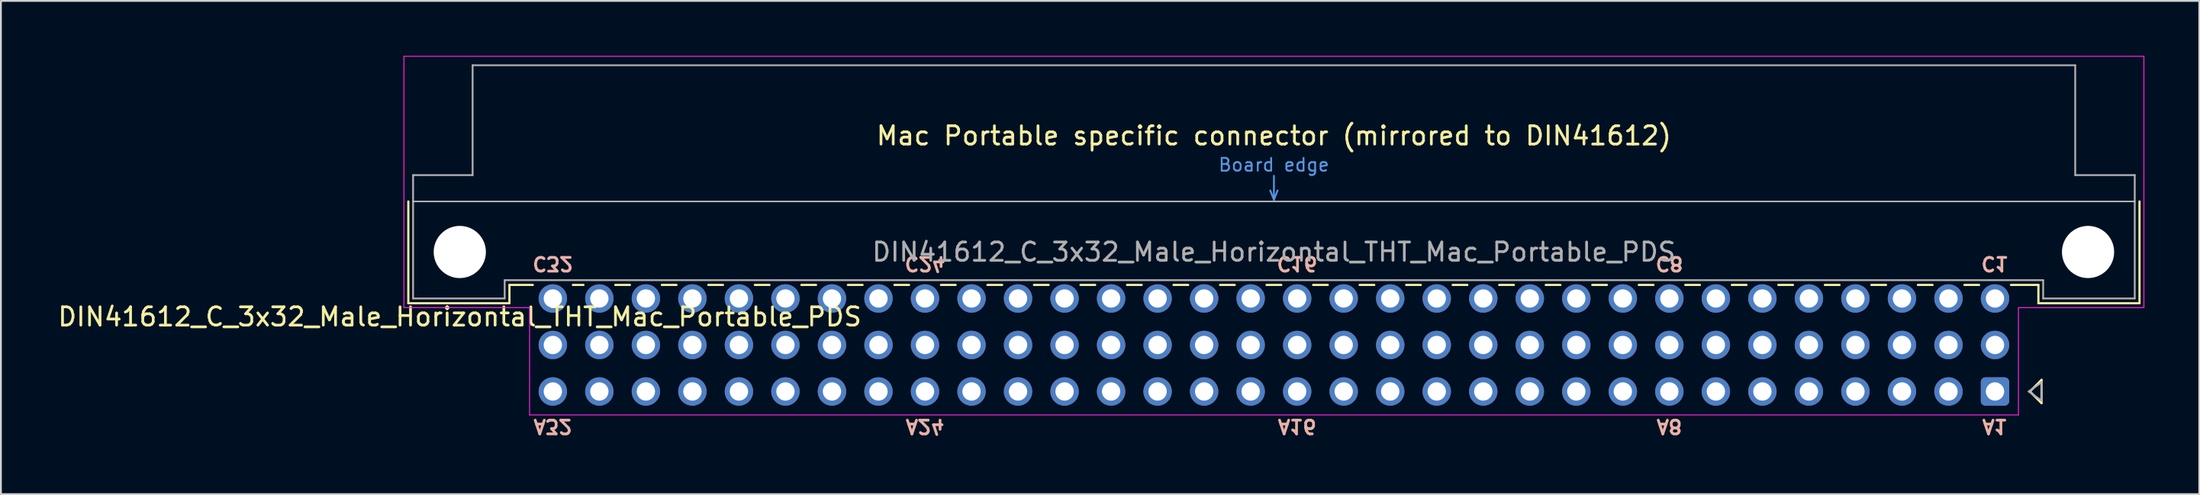
<source format=kicad_pcb>
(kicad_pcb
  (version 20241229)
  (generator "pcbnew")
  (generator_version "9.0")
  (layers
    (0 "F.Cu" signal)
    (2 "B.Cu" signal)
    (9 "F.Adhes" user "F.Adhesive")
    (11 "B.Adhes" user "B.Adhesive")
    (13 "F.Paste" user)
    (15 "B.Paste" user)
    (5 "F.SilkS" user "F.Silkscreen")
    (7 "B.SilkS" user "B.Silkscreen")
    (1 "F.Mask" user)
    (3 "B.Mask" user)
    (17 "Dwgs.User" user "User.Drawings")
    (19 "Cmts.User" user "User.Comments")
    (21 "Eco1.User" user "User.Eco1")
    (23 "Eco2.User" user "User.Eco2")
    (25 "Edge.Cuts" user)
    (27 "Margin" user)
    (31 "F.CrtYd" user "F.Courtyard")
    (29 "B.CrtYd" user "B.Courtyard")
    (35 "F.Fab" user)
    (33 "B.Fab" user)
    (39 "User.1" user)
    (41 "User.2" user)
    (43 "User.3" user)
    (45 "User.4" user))
  (footprint "DIN41612_C_3x32_Male_Horizontal_THT_Mac_Portable_PDS"
    (layer "F.Cu")
    (at 27.134 13.255)
    (property "Reference" "DIN41612_C_3x32_Male_Horizontal_THT_Mac_Portable_PDS" (at -5.08 1 0) (layer "F.SilkS") (effects (font (size 1 1) (thickness 0.15))))
    (attr through_hole)
    (fp_line (start -7.89 -5.3) (end -7.89 0.26) (stroke (width 0.12) (type solid)) (layer "F.SilkS"))
    (fp_line (start -7.89 0.26) (end -2.37 0.26) (stroke (width 0.12) (type solid)) (layer "F.SilkS"))
    (fp_line (start -2.371 -0.74) (end -1.095 -0.74) (stroke (width 0.12) (type solid)) (layer "F.SilkS"))
    (fp_line (start -2.37 0.26) (end -2.37 -0.74) (stroke (width 0.12) (type solid)) (layer "F.SilkS"))
    (fp_line (start 1.095 -0.74) (end 1.671 -0.74) (stroke (width 0.12) (type solid)) (layer "F.SilkS"))
    (fp_line (start 3.41 -0.74) (end 4.211 -0.74) (stroke (width 0.12) (type solid)) (layer "F.SilkS"))
    (fp_line (start 5.95 -0.74) (end 6.751 -0.74) (stroke (width 0.12) (type solid)) (layer "F.SilkS"))
    (fp_line (start 8.49 -0.74) (end 9.291 -0.74) (stroke (width 0.12) (type solid)) (layer "F.SilkS"))
    (fp_line (start 11.03 -0.74) (end 11.831 -0.74) (stroke (width 0.12) (type solid)) (layer "F.SilkS"))
    (fp_line (start 13.57 -0.74) (end 14.371 -0.74) (stroke (width 0.12) (type solid)) (layer "F.SilkS"))
    (fp_line (start 16.11 -0.74) (end 16.911 -0.74) (stroke (width 0.12) (type solid)) (layer "F.SilkS"))
    (fp_line (start 18.65 -0.74) (end 19.451 -0.74) (stroke (width 0.12) (type solid)) (layer "F.SilkS"))
    (fp_line (start 21.19 -0.74) (end 21.991 -0.74) (stroke (width 0.12) (type solid)) (layer "F.SilkS"))
    (fp_line (start 23.73 -0.74) (end 24.531 -0.74) (stroke (width 0.12) (type solid)) (layer "F.SilkS"))
    (fp_line (start 26.27 -0.74) (end 27.071 -0.74) (stroke (width 0.12) (type solid)) (layer "F.SilkS"))
    (fp_line (start 28.81 -0.74) (end 29.611 -0.74) (stroke (width 0.12) (type solid)) (layer "F.SilkS"))
    (fp_line (start 31.35 -0.74) (end 32.151 -0.74) (stroke (width 0.12) (type solid)) (layer "F.SilkS"))
    (fp_line (start 33.89 -0.74) (end 34.691 -0.74) (stroke (width 0.12) (type solid)) (layer "F.SilkS"))
    (fp_line (start 36.43 -0.74) (end 37.231 -0.74) (stroke (width 0.12) (type solid)) (layer "F.SilkS"))
    (fp_line (start 38.97 -0.74) (end 39.771 -0.74) (stroke (width 0.12) (type solid)) (layer "F.SilkS"))
    (fp_line (start 41.51 -0.74) (end 42.311 -0.74) (stroke (width 0.12) (type solid)) (layer "F.SilkS"))
    (fp_line (start 44.05 -0.74) (end 44.851 -0.74) (stroke (width 0.12) (type solid)) (layer "F.SilkS"))
    (fp_line (start 46.59 -0.74) (end 47.391 -0.74) (stroke (width 0.12) (type solid)) (layer "F.SilkS"))
    (fp_line (start 49.13 -0.74) (end 49.931 -0.74) (stroke (width 0.12) (type solid)) (layer "F.SilkS"))
    (fp_line (start 51.67 -0.74) (end 52.471 -0.74) (stroke (width 0.12) (type solid)) (layer "F.SilkS"))
    (fp_line (start 54.21 -0.74) (end 55.011 -0.74) (stroke (width 0.12) (type solid)) (layer "F.SilkS"))
    (fp_line (start 56.75 -0.74) (end 57.551 -0.74) (stroke (width 0.12) (type solid)) (layer "F.SilkS"))
    (fp_line (start 59.29 -0.74) (end 60.091 -0.74) (stroke (width 0.12) (type solid)) (layer "F.SilkS"))
    (fp_line (start 61.83 -0.74) (end 62.631 -0.74) (stroke (width 0.12) (type solid)) (layer "F.SilkS"))
    (fp_line (start 64.37 -0.74) (end 65.171 -0.74) (stroke (width 0.12) (type solid)) (layer "F.SilkS"))
    (fp_line (start 66.91 -0.74) (end 67.711 -0.74) (stroke (width 0.12) (type solid)) (layer "F.SilkS"))
    (fp_line (start 69.45 -0.74) (end 70.251 -0.74) (stroke (width 0.12) (type solid)) (layer "F.SilkS"))
    (fp_line (start 71.99 -0.74) (end 72.791 -0.74) (stroke (width 0.12) (type solid)) (layer "F.SilkS"))
    (fp_line (start 74.53 -0.74) (end 75.331 -0.74) (stroke (width 0.12) (type solid)) (layer "F.SilkS"))
    (fp_line (start 77.07 -0.74) (end 77.871 -0.74) (stroke (width 0.12) (type solid)) (layer "F.SilkS"))
    (fp_line (start 79.61 -0.74) (end 81.11 -0.74) (stroke (width 0.12) (type solid)) (layer "F.SilkS"))
    (fp_line (start 80.645 5.08) (end 81.28 5.715) (stroke (width 0.12) (type solid)) (layer "F.SilkS"))
    (fp_line (start 81.11 0.26) (end 81.11 -0.74) (stroke (width 0.12) (type solid)) (layer "F.SilkS"))
    (fp_line (start 81.28 4.445) (end 80.645 5.08) (stroke (width 0.12) (type solid)) (layer "F.SilkS"))
    (fp_line (start 81.28 4.445) (end 81.28 5.715) (stroke (width 0.12) (type solid)) (layer "F.SilkS"))
    (fp_line (start 86.63 -5.3) (end 86.63 0.26) (stroke (width 0.12) (type solid)) (layer "F.SilkS"))
    (fp_line (start 86.63 0.26) (end 81.11 0.26) (stroke (width 0.12) (type solid)) (layer "F.SilkS"))
    (fp_line (start -7.63 -5.3) (end 86.37 -5.3) (stroke (width 0.08) (type solid)) (layer "Dwgs.User"))
    (fp_line (start 39.17 -5.9) (end 39.37 -5.4) (stroke (width 0.1) (type solid)) (layer "Cmts.User"))
    (fp_line (start 39.37 -5.4) (end 39.37 -6.7) (stroke (width 0.1) (type solid)) (layer "Cmts.User"))
    (fp_line (start 39.37 -5.4) (end 39.57 -5.9) (stroke (width 0.1) (type solid)) (layer "Cmts.User"))
    (fp_line (start -8.13 -13.23) (end -8.13 0.5) (stroke (width 0.05) (type solid)) (layer "F.CrtYd"))
    (fp_line (start -8.13 0.5) (end -1.27 0.5) (stroke (width 0.05) (type solid)) (layer "F.CrtYd"))
    (fp_line (start -1.27 0.5) (end -1.27 6.36) (stroke (width 0.05) (type solid)) (layer "F.CrtYd"))
    (fp_line (start -1.27 6.36) (end 80.02 6.36) (stroke (width 0.05) (type solid)) (layer "F.CrtYd"))
    (fp_line (start 80.02 0.5) (end 86.87 0.5) (stroke (width 0.05) (type solid)) (layer "F.CrtYd"))
    (fp_line (start 80.02 6.36) (end 80.02 0.5) (stroke (width 0.05) (type solid)) (layer "F.CrtYd"))
    (fp_line (start 86.87 -13.23) (end -8.13 -13.23) (stroke (width 0.05) (type solid)) (layer "F.CrtYd"))
    (fp_line (start 86.87 0.5) (end 86.87 -13.23) (stroke (width 0.05) (type solid)) (layer "F.CrtYd"))
    (fp_line (start -7.63 -6.74) (end -7.63 0) (stroke (width 0.1) (type solid)) (layer "F.Fab"))
    (fp_line (start -7.63 0) (end -2.63 0) (stroke (width 0.1) (type solid)) (layer "F.Fab"))
    (fp_line (start -4.38 -12.74) (end -4.38 -6.74) (stroke (width 0.1) (type solid)) (layer "F.Fab"))
    (fp_line (start -4.38 -6.74) (end -7.63 -6.74) (stroke (width 0.1) (type solid)) (layer "F.Fab"))
    (fp_line (start -2.63 -1) (end 81.37 -1) (stroke (width 0.1) (type solid)) (layer "F.Fab"))
    (fp_line (start -2.63 0) (end -2.63 -1) (stroke (width 0.1) (type solid)) (layer "F.Fab"))
    (fp_line (start 80.58 5.08) (end 81.28 4.58) (stroke (width 0.1) (type solid)) (layer "F.Fab"))
    (fp_line (start 81.28 4.58) (end 81.28 5.58) (stroke (width 0.1) (type solid)) (layer "F.Fab"))
    (fp_line (start 81.28 5.58) (end 80.58 5.08) (stroke (width 0.1) (type solid)) (layer "F.Fab"))
    (fp_line (start 81.37 -1) (end 81.37 0) (stroke (width 0.1) (type solid)) (layer "F.Fab"))
    (fp_line (start 81.37 0) (end 86.37 0) (stroke (width 0.1) (type solid)) (layer "F.Fab"))
    (fp_line (start 83.12 -12.74) (end -4.38 -12.74) (stroke (width 0.1) (type solid)) (layer "F.Fab"))
    (fp_line (start 83.12 -6.74) (end 83.12 -12.74) (stroke (width 0.1) (type solid)) (layer "F.Fab"))
    (fp_line (start 86.37 -6.74) (end 83.12 -6.74) (stroke (width 0.1) (type solid)) (layer "F.Fab"))
    (fp_line (start 86.37 0) (end 86.37 -6.74) (stroke (width 0.1) (type solid)) (layer "F.Fab"))
    (fp_text user "Mac Portable specific connector (mirrored to DIN41612)" (at 39.37 -8.89 0) (unlocked yes) (layer "F.SilkS") (effects (font (size 1 1) (thickness 0.15))))
    (fp_text user "C8" (at 60.96 -1.905 180) (unlocked yes) (layer "B.SilkS") (effects (font (size 0.75 0.75) (thickness 0.15)) (justify mirror)))
    (fp_text user "C1" (at 78.74 -1.905 180) (unlocked yes) (layer "B.SilkS") (effects (font (size 0.75 0.75) (thickness 0.15)) (justify mirror)))
    (fp_text user "A1" (at 78.74 6.985 180) (unlocked yes) (layer "B.SilkS") (effects (font (size 0.75 0.75) (thickness 0.15)) (justify mirror)))
    (fp_text user "A24" (at 20.32 6.985 180) (unlocked yes) (layer "B.SilkS") (effects (font (size 0.75 0.75) (thickness 0.15)) (justify mirror)))
    (fp_text user "C24" (at 20.32 -1.905 180) (unlocked yes) (layer "B.SilkS") (effects (font (size 0.75 0.75) (thickness 0.15)) (justify mirror)))
    (fp_text user "C16" (at 40.64 -1.905 180) (unlocked yes) (layer "B.SilkS") (effects (font (size 0.75 0.75) (thickness 0.15)) (justify mirror)))
    (fp_text user "C32" (at 0 -1.905 180) (unlocked yes) (layer "B.SilkS") (effects (font (size 0.75 0.75) (thickness 0.15)) (justify mirror)))
    (fp_text user "A32" (at 0 6.985 180) (unlocked yes) (layer "B.SilkS") (effects (font (size 0.75 0.75) (thickness 0.15)) (justify mirror)))
    (fp_text user "A8" (at 60.96 6.985 180) (unlocked yes) (layer "B.SilkS") (effects (font (size 0.75 0.75) (thickness 0.15)) (justify mirror)))
    (fp_text user "A16" (at 40.64 6.985 180) (unlocked yes) (layer "B.SilkS") (effects (font (size 0.75 0.75) (thickness 0.15)) (justify mirror)))
    (fp_text user "Board edge" (at 39.37 -7.3 0) (layer "Cmts.User") (effects (font (size 0.7 0.7) (thickness 0.1))))
    (fp_text user "${REFERENCE}" (at 39.37 -2.54 0) (layer "F.Fab") (effects (font (size 1 1) (thickness 0.15))))
    (pad "" np_thru_hole circle (at -5.08 -2.54) (size 2.85 2.85) (drill 2.85) (layers "*.Cu" "*.Mask"))
    (pad "" np_thru_hole circle (at 83.82 -2.54) (size 2.85 2.85) (drill 2.85) (layers "*.Cu" "*.Mask"))
    (pad "a1" thru_hole roundrect (at 78.74 5.08 180) (size 1.55 1.55) (drill 1) (layers "*.Cu" "*.Mask") (roundrect_rratio 0.161))
    (pad "a2" thru_hole circle (at 76.2 5.08 180) (size 1.55 1.55) (drill 1) (layers "*.Cu" "*.Mask"))
    (pad "a3" thru_hole circle (at 73.66 5.08 180) (size 1.55 1.55) (drill 1) (layers "*.Cu" "*.Mask"))
    (pad "a4" thru_hole circle (at 71.12 5.08 180) (size 1.55 1.55) (drill 1) (layers "*.Cu" "*.Mask"))
    (pad "a5" thru_hole circle (at 68.58 5.08 180) (size 1.55 1.55) (drill 1) (layers "*.Cu" "*.Mask"))
    (pad "a6" thru_hole circle (at 66.04 5.08 180) (size 1.55 1.55) (drill 1) (layers "*.Cu" "*.Mask"))
    (pad "a7" thru_hole circle (at 63.5 5.08 180) (size 1.55 1.55) (drill 1) (layers "*.Cu" "*.Mask"))
    (pad "a8" thru_hole circle (at 60.96 5.08 180) (size 1.55 1.55) (drill 1) (layers "*.Cu" "*.Mask"))
    (pad "a9" thru_hole circle (at 58.42 5.08 180) (size 1.55 1.55) (drill 1) (layers "*.Cu" "*.Mask"))
    (pad "a10" thru_hole circle (at 55.88 5.08 180) (size 1.55 1.55) (drill 1) (layers "*.Cu" "*.Mask"))
    (pad "a11" thru_hole circle (at 53.34 5.08 180) (size 1.55 1.55) (drill 1) (layers "*.Cu" "*.Mask"))
    (pad "a12" thru_hole circle (at 50.8 5.08 180) (size 1.55 1.55) (drill 1) (layers "*.Cu" "*.Mask"))
    (pad "a13" thru_hole circle (at 48.26 5.08 180) (size 1.55 1.55) (drill 1) (layers "*.Cu" "*.Mask"))
    (pad "a14" thru_hole circle (at 45.72 5.08 180) (size 1.55 1.55) (drill 1) (layers "*.Cu" "*.Mask"))
    (pad "a15" thru_hole circle (at 43.18 5.08 180) (size 1.55 1.55) (drill 1) (layers "*.Cu" "*.Mask"))
    (pad "a16" thru_hole circle (at 40.64 5.08 180) (size 1.55 1.55) (drill 1) (layers "*.Cu" "*.Mask"))
    (pad "a17" thru_hole circle (at 38.1 5.08 180) (size 1.55 1.55) (drill 1) (layers "*.Cu" "*.Mask"))
    (pad "a18" thru_hole circle (at 35.56 5.08 180) (size 1.55 1.55) (drill 1) (layers "*.Cu" "*.Mask"))
    (pad "a19" thru_hole circle (at 33.02 5.08 180) (size 1.55 1.55) (drill 1) (layers "*.Cu" "*.Mask"))
    (pad "a20" thru_hole circle (at 30.48 5.08 180) (size 1.55 1.55) (drill 1) (layers "*.Cu" "*.Mask"))
    (pad "a21" thru_hole circle (at 27.94 5.08 180) (size 1.55 1.55) (drill 1) (layers "*.Cu" "*.Mask"))
    (pad "a22" thru_hole circle (at 25.4 5.08 180) (size 1.55 1.55) (drill 1) (layers "*.Cu" "*.Mask"))
    (pad "a23" thru_hole circle (at 22.86 5.08 180) (size 1.55 1.55) (drill 1) (layers "*.Cu" "*.Mask"))
    (pad "a24" thru_hole circle (at 20.32 5.08 180) (size 1.55 1.55) (drill 1) (layers "*.Cu" "*.Mask"))
    (pad "a25" thru_hole circle (at 17.78 5.08 180) (size 1.55 1.55) (drill 1) (layers "*.Cu" "*.Mask"))
    (pad "a26" thru_hole circle (at 15.24 5.08 180) (size 1.55 1.55) (drill 1) (layers "*.Cu" "*.Mask"))
    (pad "a27" thru_hole circle (at 12.7 5.08 180) (size 1.55 1.55) (drill 1) (layers "*.Cu" "*.Mask"))
    (pad "a28" thru_hole circle (at 10.16 5.08 180) (size 1.55 1.55) (drill 1) (layers "*.Cu" "*.Mask"))
    (pad "a29" thru_hole circle (at 7.62 5.08 180) (size 1.55 1.55) (drill 1) (layers "*.Cu" "*.Mask"))
    (pad "a30" thru_hole circle (at 5.08 5.08 180) (size 1.55 1.55) (drill 1) (layers "*.Cu" "*.Mask"))
    (pad "a31" thru_hole circle (at 2.54 5.08 180) (size 1.55 1.55) (drill 1) (layers "*.Cu" "*.Mask"))
    (pad "a32" thru_hole circle (at 0 5.08 180) (size 1.55 1.55) (drill 1) (layers "*.Cu" "*.Mask"))
    (pad "b1" thru_hole circle (at 78.74 2.54 180) (size 1.55 1.55) (drill 1) (layers "*.Cu" "*.Mask"))
    (pad "b2" thru_hole circle (at 76.2 2.54 180) (size 1.55 1.55) (drill 1) (layers "*.Cu" "*.Mask"))
    (pad "b3" thru_hole circle (at 73.66 2.54 180) (size 1.55 1.55) (drill 1) (layers "*.Cu" "*.Mask"))
    (pad "b4" thru_hole circle (at 71.12 2.54 180) (size 1.55 1.55) (drill 1) (layers "*.Cu" "*.Mask"))
    (pad "b5" thru_hole circle (at 68.58 2.54 180) (size 1.55 1.55) (drill 1) (layers "*.Cu" "*.Mask"))
    (pad "b6" thru_hole circle (at 66.04 2.54 180) (size 1.55 1.55) (drill 1) (layers "*.Cu" "*.Mask"))
    (pad "b7" thru_hole circle (at 63.5 2.54 180) (size 1.55 1.55) (drill 1) (layers "*.Cu" "*.Mask"))
    (pad "b8" thru_hole circle (at 60.96 2.54 180) (size 1.55 1.55) (drill 1) (layers "*.Cu" "*.Mask"))
    (pad "b9" thru_hole circle (at 58.42 2.54 180) (size 1.55 1.55) (drill 1) (layers "*.Cu" "*.Mask"))
    (pad "b10" thru_hole circle (at 55.88 2.54 180) (size 1.55 1.55) (drill 1) (layers "*.Cu" "*.Mask"))
    (pad "b11" thru_hole circle (at 53.34 2.54 180) (size 1.55 1.55) (drill 1) (layers "*.Cu" "*.Mask"))
    (pad "b12" thru_hole circle (at 50.8 2.54 180) (size 1.55 1.55) (drill 1) (layers "*.Cu" "*.Mask"))
    (pad "b13" thru_hole circle (at 48.26 2.54 180) (size 1.55 1.55) (drill 1) (layers "*.Cu" "*.Mask"))
    (pad "b14" thru_hole circle (at 45.72 2.54 180) (size 1.55 1.55) (drill 1) (layers "*.Cu" "*.Mask"))
    (pad "b15" thru_hole circle (at 43.18 2.54 180) (size 1.55 1.55) (drill 1) (layers "*.Cu" "*.Mask"))
    (pad "b16" thru_hole circle (at 40.64 2.54 180) (size 1.55 1.55) (drill 1) (layers "*.Cu" "*.Mask"))
    (pad "b17" thru_hole circle (at 38.1 2.54 180) (size 1.55 1.55) (drill 1) (layers "*.Cu" "*.Mask"))
    (pad "b18" thru_hole circle (at 35.56 2.54 180) (size 1.55 1.55) (drill 1) (layers "*.Cu" "*.Mask"))
    (pad "b19" thru_hole circle (at 33.02 2.54 180) (size 1.55 1.55) (drill 1) (layers "*.Cu" "*.Mask"))
    (pad "b20" thru_hole circle (at 30.48 2.54 180) (size 1.55 1.55) (drill 1) (layers "*.Cu" "*.Mask"))
    (pad "b21" thru_hole circle (at 27.94 2.54 180) (size 1.55 1.55) (drill 1) (layers "*.Cu" "*.Mask"))
    (pad "b22" thru_hole circle (at 25.4 2.54 180) (size 1.55 1.55) (drill 1) (layers "*.Cu" "*.Mask"))
    (pad "b23" thru_hole circle (at 22.86 2.54 180) (size 1.55 1.55) (drill 1) (layers "*.Cu" "*.Mask"))
    (pad "b24" thru_hole circle (at 20.32 2.54 180) (size 1.55 1.55) (drill 1) (layers "*.Cu" "*.Mask"))
    (pad "b25" thru_hole circle (at 17.78 2.54 180) (size 1.55 1.55) (drill 1) (layers "*.Cu" "*.Mask"))
    (pad "b26" thru_hole circle (at 15.24 2.54 180) (size 1.55 1.55) (drill 1) (layers "*.Cu" "*.Mask"))
    (pad "b27" thru_hole circle (at 12.7 2.54 180) (size 1.55 1.55) (drill 1) (layers "*.Cu" "*.Mask"))
    (pad "b28" thru_hole circle (at 10.16 2.54 180) (size 1.55 1.55) (drill 1) (layers "*.Cu" "*.Mask"))
    (pad "b29" thru_hole circle (at 7.62 2.54 180) (size 1.55 1.55) (drill 1) (layers "*.Cu" "*.Mask"))
    (pad "b30" thru_hole circle (at 5.08 2.54 180) (size 1.55 1.55) (drill 1) (layers "*.Cu" "*.Mask"))
    (pad "b31" thru_hole circle (at 2.54 2.54 180) (size 1.55 1.55) (drill 1) (layers "*.Cu" "*.Mask"))
    (pad "b32" thru_hole circle (at 0 2.54 180) (size 1.55 1.55) (drill 1) (layers "*.Cu" "*.Mask"))
    (pad "c1" thru_hole circle (at 78.74 0 180) (size 1.55 1.55) (drill 1) (layers "*.Cu" "*.Mask"))
    (pad "c2" thru_hole circle (at 76.2 0 180) (size 1.55 1.55) (drill 1) (layers "*.Cu" "*.Mask"))
    (pad "c3" thru_hole circle (at 73.66 0 180) (size 1.55 1.55) (drill 1) (layers "*.Cu" "*.Mask"))
    (pad "c4" thru_hole circle (at 71.12 0 180) (size 1.55 1.55) (drill 1) (layers "*.Cu" "*.Mask"))
    (pad "c5" thru_hole circle (at 68.58 0 180) (size 1.55 1.55) (drill 1) (layers "*.Cu" "*.Mask"))
    (pad "c6" thru_hole circle (at 66.04 0 180) (size 1.55 1.55) (drill 1) (layers "*.Cu" "*.Mask"))
    (pad "c7" thru_hole circle (at 63.5 0 180) (size 1.55 1.55) (drill 1) (layers "*.Cu" "*.Mask"))
    (pad "c8" thru_hole circle (at 60.96 0 180) (size 1.55 1.55) (drill 1) (layers "*.Cu" "*.Mask"))
    (pad "c9" thru_hole circle (at 58.42 0 180) (size 1.55 1.55) (drill 1) (layers "*.Cu" "*.Mask"))
    (pad "c10" thru_hole circle (at 55.88 0 180) (size 1.55 1.55) (drill 1) (layers "*.Cu" "*.Mask"))
    (pad "c11" thru_hole circle (at 53.34 0 180) (size 1.55 1.55) (drill 1) (layers "*.Cu" "*.Mask"))
    (pad "c12" thru_hole circle (at 50.8 0 180) (size 1.55 1.55) (drill 1) (layers "*.Cu" "*.Mask"))
    (pad "c13" thru_hole circle (at 48.26 0 180) (size 1.55 1.55) (drill 1) (layers "*.Cu" "*.Mask"))
    (pad "c14" thru_hole circle (at 45.72 0 180) (size 1.55 1.55) (drill 1) (layers "*.Cu" "*.Mask"))
    (pad "c15" thru_hole circle (at 43.18 0 180) (size 1.55 1.55) (drill 1) (layers "*.Cu" "*.Mask"))
    (pad "c16" thru_hole circle (at 40.64 0 180) (size 1.55 1.55) (drill 1) (layers "*.Cu" "*.Mask"))
    (pad "c17" thru_hole circle (at 38.1 0 180) (size 1.55 1.55) (drill 1) (layers "*.Cu" "*.Mask"))
    (pad "c18" thru_hole circle (at 35.56 0 180) (size 1.55 1.55) (drill 1) (layers "*.Cu" "*.Mask"))
    (pad "c19" thru_hole circle (at 33.02 0 180) (size 1.55 1.55) (drill 1) (layers "*.Cu" "*.Mask"))
    (pad "c20" thru_hole circle (at 30.48 0 180) (size 1.55 1.55) (drill 1) (layers "*.Cu" "*.Mask"))
    (pad "c21" thru_hole circle (at 27.94 0 180) (size 1.55 1.55) (drill 1) (layers "*.Cu" "*.Mask"))
    (pad "c22" thru_hole circle (at 25.4 0 180) (size 1.55 1.55) (drill 1) (layers "*.Cu" "*.Mask"))
    (pad "c23" thru_hole circle (at 22.86 0 180) (size 1.55 1.55) (drill 1) (layers "*.Cu" "*.Mask"))
    (pad "c24" thru_hole circle (at 20.32 0 180) (size 1.55 1.55) (drill 1) (layers "*.Cu" "*.Mask"))
    (pad "c25" thru_hole circle (at 17.78 0 180) (size 1.55 1.55) (drill 1) (layers "*.Cu" "*.Mask"))
    (pad "c26" thru_hole circle (at 15.24 0 180) (size 1.55 1.55) (drill 1) (layers "*.Cu" "*.Mask"))
    (pad "c27" thru_hole circle (at 12.7 0 180) (size 1.55 1.55) (drill 1) (layers "*.Cu" "*.Mask"))
    (pad "c28" thru_hole circle (at 10.16 0 180) (size 1.55 1.55) (drill 1) (layers "*.Cu" "*.Mask"))
    (pad "c29" thru_hole circle (at 7.62 0 180) (size 1.55 1.55) (drill 1) (layers "*.Cu" "*.Mask"))
    (pad "c30" thru_hole circle (at 5.08 0 180) (size 1.55 1.55) (drill 1) (layers "*.Cu" "*.Mask"))
    (pad "c31" thru_hole circle (at 2.54 0 180) (size 1.55 1.55) (drill 1) (layers "*.Cu" "*.Mask"))
    (pad "c32" thru_hole circle (at 0 0 180) (size 1.55 1.55) (drill 1) (layers "*.Cu" "*.Mask")))
  (gr_rect
    (start -3 -3)
    (end 117.029 23.942)
    (stroke (width 0.1) (type default))
    (fill no)
    (layer "Edge.Cuts")))
</source>
